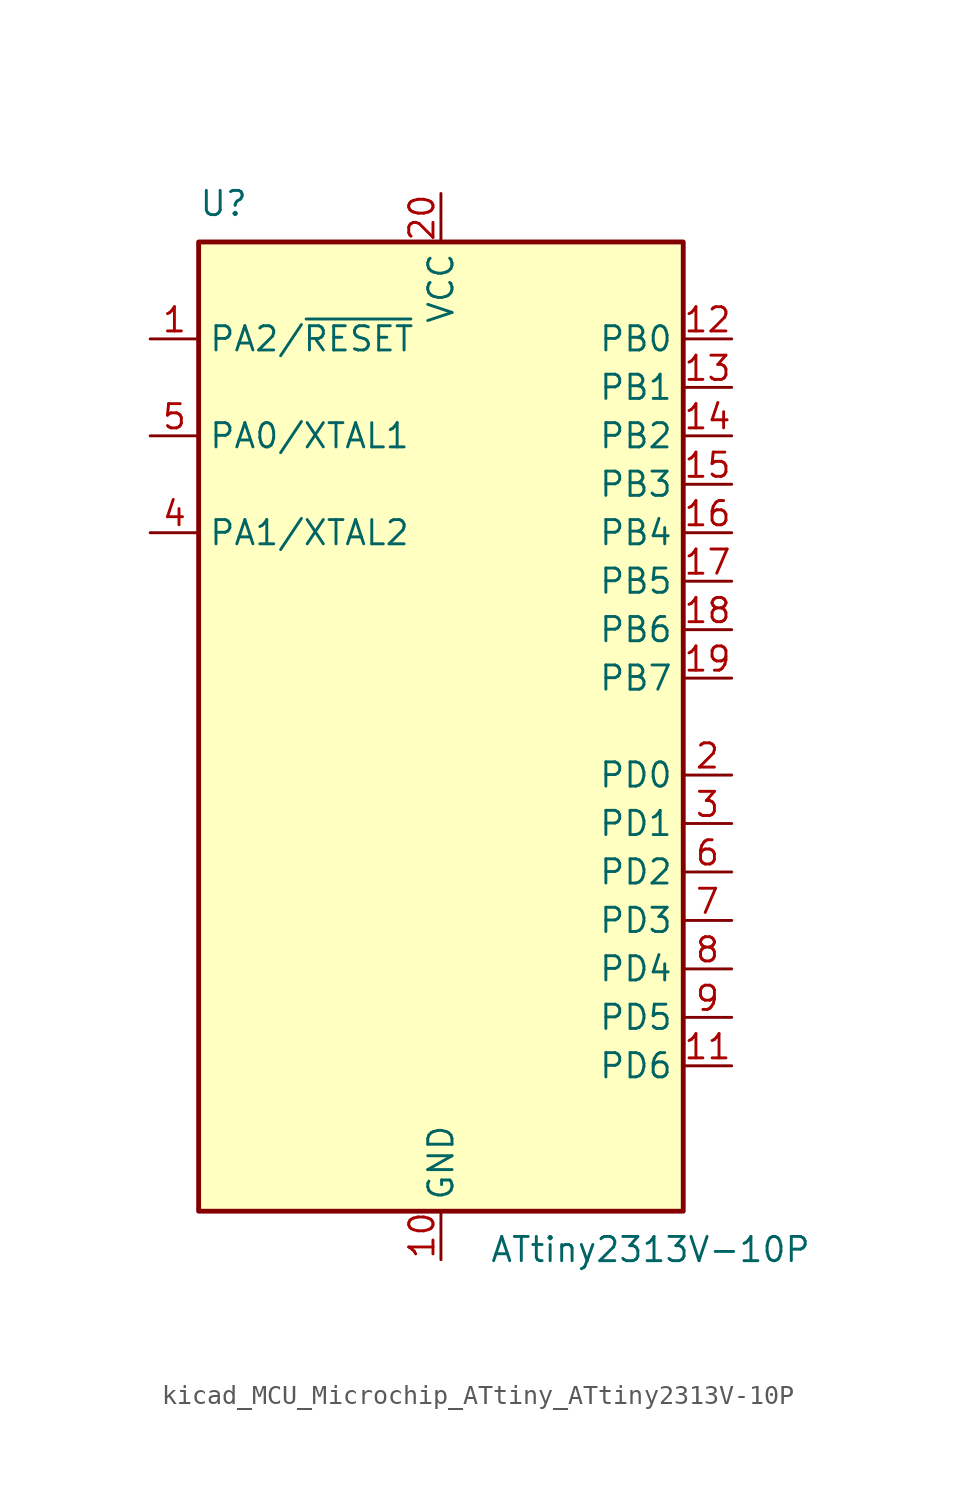
<source format=kicad_sym>
(kicad_symbol_lib
  (version 20220914)
  (generator kicad_symbol_editor)
  (symbol "kicad_MCU_Microchip_ATtiny_ATtiny2313V-10P"
    (property "Reference" "U"
      (at -12.7 26.67 0)
      (effects (font (size 1.27 1.27)) (justify left bottom)))
    (property "Value" "ATtiny2313V-10P"
      (at 2.54 -26.67 0)
      (effects (font (size 1.27 1.27)) (justify left top)))
    (symbol "kicad_MCU_Microchip_ATtiny_ATtiny2313V-10P_0_1"
      (rectangle (start -12.7 -25.4) (end 12.7 25.4) (stroke (width 0.254) (type default)) (fill (type background))))
    (symbol "kicad_MCU_Microchip_ATtiny_ATtiny2313V-10P_1_1"
      (pin bidirectional line (at -15.24 20.32 0) (length 2.54) (name "PA2/~{RESET}" (effects (font (size 1.27 1.27)))) (number "1" (effects (font (size 1.27 1.27)))))
      (pin power_in line (at 0 -27.94 90) (length 2.54) (name "GND" (effects (font (size 1.27 1.27)))) (number "10" (effects (font (size 1.27 1.27)))))
      (pin bidirectional line (at 15.24 -17.78 180) (length 2.54) (name "PD6" (effects (font (size 1.27 1.27)))) (number "11" (effects (font (size 1.27 1.27)))))
      (pin bidirectional line (at 15.24 20.32 180) (length 2.54) (name "PB0" (effects (font (size 1.27 1.27)))) (number "12" (effects (font (size 1.27 1.27)))))
      (pin bidirectional line (at 15.24 17.78 180) (length 2.54) (name "PB1" (effects (font (size 1.27 1.27)))) (number "13" (effects (font (size 1.27 1.27)))))
      (pin bidirectional line (at 15.24 15.24 180) (length 2.54) (name "PB2" (effects (font (size 1.27 1.27)))) (number "14" (effects (font (size 1.27 1.27)))))
      (pin bidirectional line (at 15.24 12.7 180) (length 2.54) (name "PB3" (effects (font (size 1.27 1.27)))) (number "15" (effects (font (size 1.27 1.27)))))
      (pin bidirectional line (at 15.24 10.16 180) (length 2.54) (name "PB4" (effects (font (size 1.27 1.27)))) (number "16" (effects (font (size 1.27 1.27)))))
      (pin bidirectional line (at 15.24 7.62 180) (length 2.54) (name "PB5" (effects (font (size 1.27 1.27)))) (number "17" (effects (font (size 1.27 1.27)))))
      (pin bidirectional line (at 15.24 5.08 180) (length 2.54) (name "PB6" (effects (font (size 1.27 1.27)))) (number "18" (effects (font (size 1.27 1.27)))))
      (pin bidirectional line (at 15.24 2.54 180) (length 2.54) (name "PB7" (effects (font (size 1.27 1.27)))) (number "19" (effects (font (size 1.27 1.27)))))
      (pin bidirectional line (at 15.24 -2.54 180) (length 2.54) (name "PD0" (effects (font (size 1.27 1.27)))) (number "2" (effects (font (size 1.27 1.27)))))
      (pin power_in line (at 0 27.94 270) (length 2.54) (name "VCC" (effects (font (size 1.27 1.27)))) (number "20" (effects (font (size 1.27 1.27)))))
      (pin bidirectional line (at 15.24 -5.08 180) (length 2.54) (name "PD1" (effects (font (size 1.27 1.27)))) (number "3" (effects (font (size 1.27 1.27)))))
      (pin bidirectional line (at -15.24 10.16 0) (length 2.54) (name "PA1/XTAL2" (effects (font (size 1.27 1.27)))) (number "4" (effects (font (size 1.27 1.27)))))
      (pin bidirectional line (at -15.24 15.24 0) (length 2.54) (name "PA0/XTAL1" (effects (font (size 1.27 1.27)))) (number "5" (effects (font (size 1.27 1.27)))))
      (pin bidirectional line (at 15.24 -7.62 180) (length 2.54) (name "PD2" (effects (font (size 1.27 1.27)))) (number "6" (effects (font (size 1.27 1.27)))))
      (pin bidirectional line (at 15.24 -10.16 180) (length 2.54) (name "PD3" (effects (font (size 1.27 1.27)))) (number "7" (effects (font (size 1.27 1.27)))))
      (pin bidirectional line (at 15.24 -12.7 180) (length 2.54) (name "PD4" (effects (font (size 1.27 1.27)))) (number "8" (effects (font (size 1.27 1.27)))))
      (pin bidirectional line (at 15.24 -15.24 180) (length 2.54) (name "PD5" (effects (font (size 1.27 1.27)))) (number "9" (effects (font (size 1.27 1.27))))))))
</source>
